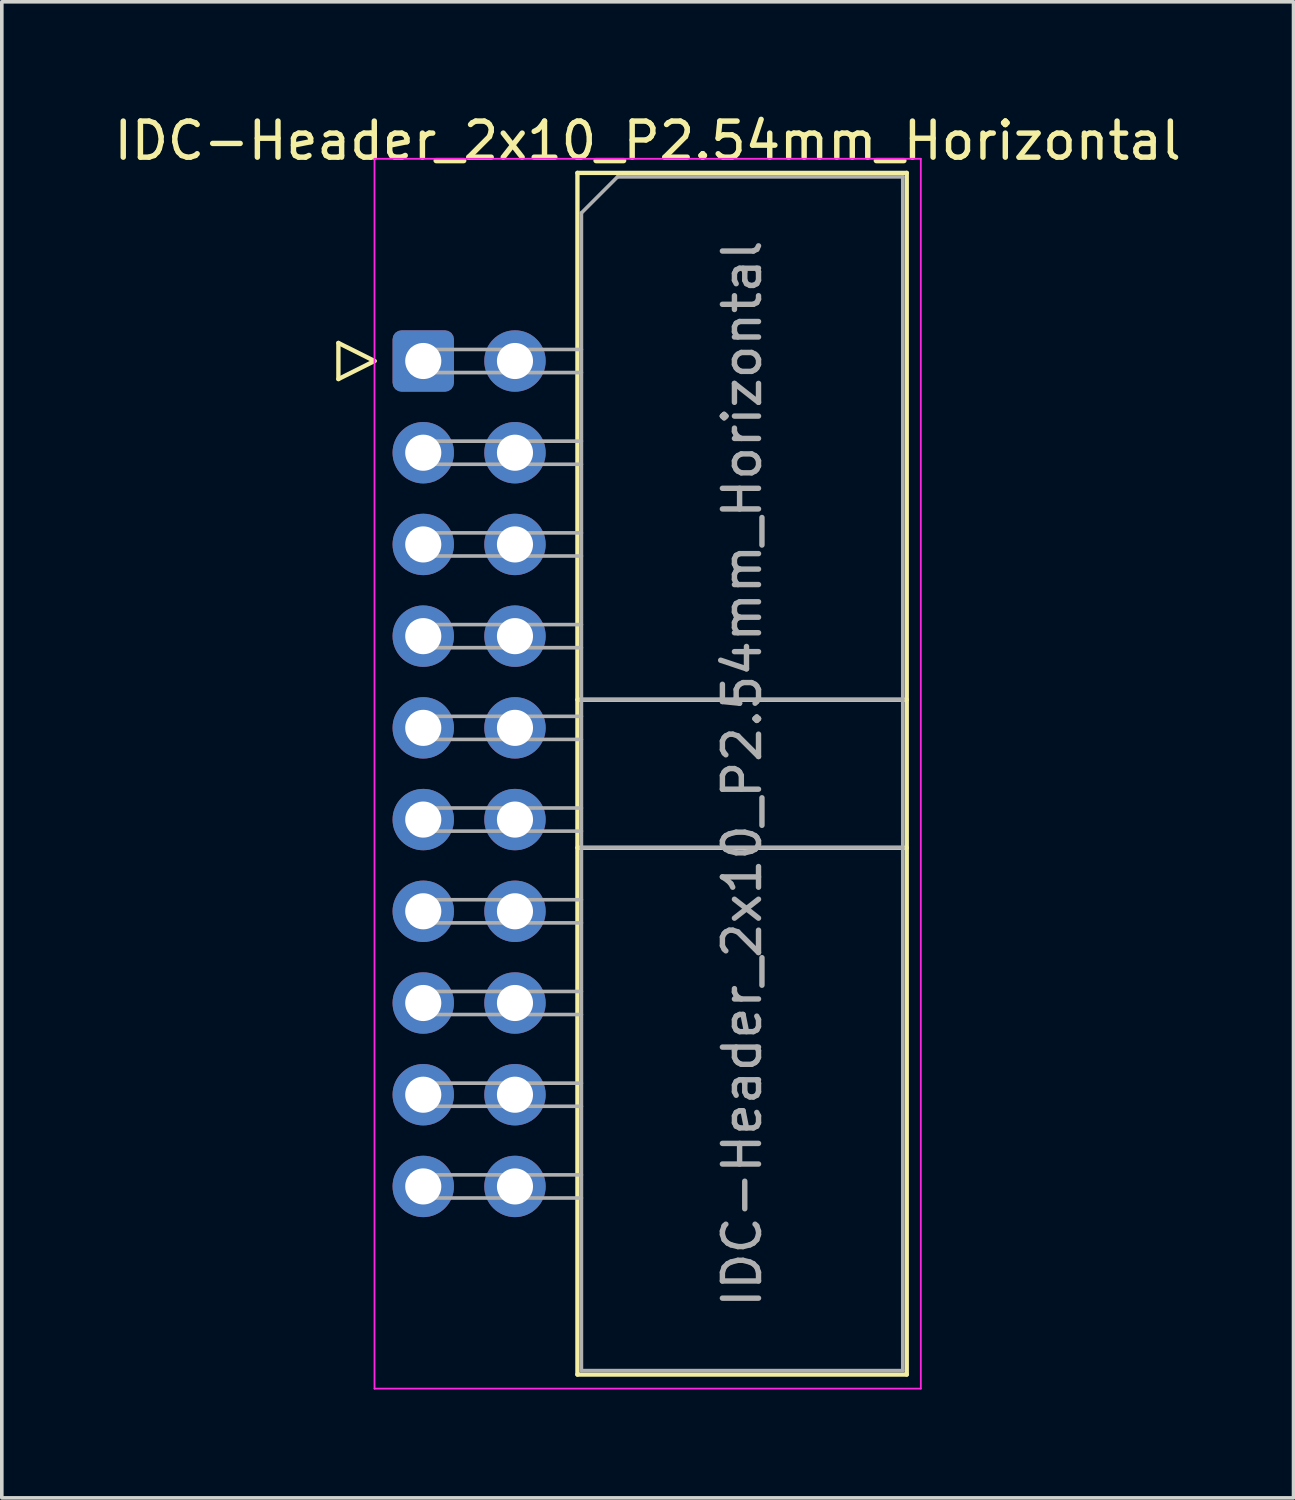
<source format=kicad_pcb>
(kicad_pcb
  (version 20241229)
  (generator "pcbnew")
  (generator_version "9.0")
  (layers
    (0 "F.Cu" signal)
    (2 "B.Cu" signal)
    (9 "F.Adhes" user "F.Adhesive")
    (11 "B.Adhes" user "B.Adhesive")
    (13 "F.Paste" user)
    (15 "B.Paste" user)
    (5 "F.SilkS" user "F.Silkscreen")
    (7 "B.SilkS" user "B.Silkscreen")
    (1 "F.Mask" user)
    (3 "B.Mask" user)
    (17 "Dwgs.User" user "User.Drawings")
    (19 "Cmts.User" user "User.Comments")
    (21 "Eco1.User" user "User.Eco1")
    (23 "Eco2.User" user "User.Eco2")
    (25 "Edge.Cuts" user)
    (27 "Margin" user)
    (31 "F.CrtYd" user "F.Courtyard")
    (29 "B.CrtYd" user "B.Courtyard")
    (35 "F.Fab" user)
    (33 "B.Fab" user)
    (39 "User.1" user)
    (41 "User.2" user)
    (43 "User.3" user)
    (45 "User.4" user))
  (footprint "IDC-Header_2x10_P2.54mm_Horizontal"
    (layer "F.Cu")
    (at 8.672 6.948)
    (property "Reference" "IDC-Header_2x10_P2.54mm_Horizontal" (at 6.215 -6.1 0) (layer "F.SilkS") (effects (font (size 1 1) (thickness 0.15))))
    (attr through_hole)
    (fp_line (start -2.35 -0.5) (end -2.35 0.5) (stroke (width 0.12) (type solid)) (layer "F.SilkS"))
    (fp_line (start -2.35 0.5) (end -1.35 0) (stroke (width 0.12) (type solid)) (layer "F.SilkS"))
    (fp_line (start -1.35 0) (end -2.35 -0.5) (stroke (width 0.12) (type solid)) (layer "F.SilkS"))
    (fp_line (start 4.27 -5.21) (end 13.39 -5.21) (stroke (width 0.12) (type solid)) (layer "F.SilkS"))
    (fp_line (start 4.27 9.38) (end 13.39 9.38) (stroke (width 0.12) (type solid)) (layer "F.SilkS"))
    (fp_line (start 4.27 13.48) (end 13.39 13.48) (stroke (width 0.12) (type solid)) (layer "F.SilkS"))
    (fp_line (start 4.27 28.07) (end 4.27 -5.21) (stroke (width 0.12) (type solid)) (layer "F.SilkS"))
    (fp_line (start 13.39 -5.21) (end 13.39 28.07) (stroke (width 0.12) (type solid)) (layer "F.SilkS"))
    (fp_line (start 13.39 28.07) (end 4.27 28.07) (stroke (width 0.12) (type solid)) (layer "F.SilkS"))
    (fp_line (start -1.35 -5.6) (end -1.35 28.46) (stroke (width 0.05) (type solid)) (layer "F.CrtYd"))
    (fp_line (start -1.35 28.46) (end 13.78 28.46) (stroke (width 0.05) (type solid)) (layer "F.CrtYd"))
    (fp_line (start 13.78 -5.6) (end -1.35 -5.6) (stroke (width 0.05) (type solid)) (layer "F.CrtYd"))
    (fp_line (start 13.78 28.46) (end 13.78 -5.6) (stroke (width 0.05) (type solid)) (layer "F.CrtYd"))
    (fp_line (start -0.32 -0.32) (end -0.32 0.32) (stroke (width 0.1) (type solid)) (layer "F.Fab"))
    (fp_line (start -0.32 0.32) (end 4.38 0.32) (stroke (width 0.1) (type solid)) (layer "F.Fab"))
    (fp_line (start -0.32 2.22) (end -0.32 2.86) (stroke (width 0.1) (type solid)) (layer "F.Fab"))
    (fp_line (start -0.32 2.86) (end 4.38 2.86) (stroke (width 0.1) (type solid)) (layer "F.Fab"))
    (fp_line (start -0.32 4.76) (end -0.32 5.4) (stroke (width 0.1) (type solid)) (layer "F.Fab"))
    (fp_line (start -0.32 5.4) (end 4.38 5.4) (stroke (width 0.1) (type solid)) (layer "F.Fab"))
    (fp_line (start -0.32 7.3) (end -0.32 7.94) (stroke (width 0.1) (type solid)) (layer "F.Fab"))
    (fp_line (start -0.32 7.94) (end 4.38 7.94) (stroke (width 0.1) (type solid)) (layer "F.Fab"))
    (fp_line (start -0.32 9.84) (end -0.32 10.48) (stroke (width 0.1) (type solid)) (layer "F.Fab"))
    (fp_line (start -0.32 10.48) (end 4.38 10.48) (stroke (width 0.1) (type solid)) (layer "F.Fab"))
    (fp_line (start -0.32 12.38) (end -0.32 13.02) (stroke (width 0.1) (type solid)) (layer "F.Fab"))
    (fp_line (start -0.32 13.02) (end 4.38 13.02) (stroke (width 0.1) (type solid)) (layer "F.Fab"))
    (fp_line (start -0.32 14.92) (end -0.32 15.56) (stroke (width 0.1) (type solid)) (layer "F.Fab"))
    (fp_line (start -0.32 15.56) (end 4.38 15.56) (stroke (width 0.1) (type solid)) (layer "F.Fab"))
    (fp_line (start -0.32 17.46) (end -0.32 18.1) (stroke (width 0.1) (type solid)) (layer "F.Fab"))
    (fp_line (start -0.32 18.1) (end 4.38 18.1) (stroke (width 0.1) (type solid)) (layer "F.Fab"))
    (fp_line (start -0.32 20) (end -0.32 20.64) (stroke (width 0.1) (type solid)) (layer "F.Fab"))
    (fp_line (start -0.32 20.64) (end 4.38 20.64) (stroke (width 0.1) (type solid)) (layer "F.Fab"))
    (fp_line (start -0.32 22.54) (end -0.32 23.18) (stroke (width 0.1) (type solid)) (layer "F.Fab"))
    (fp_line (start -0.32 23.18) (end 4.38 23.18) (stroke (width 0.1) (type solid)) (layer "F.Fab"))
    (fp_line (start 4.38 -4.1) (end 5.38 -5.1) (stroke (width 0.1) (type solid)) (layer "F.Fab"))
    (fp_line (start 4.38 -0.32) (end -0.32 -0.32) (stroke (width 0.1) (type solid)) (layer "F.Fab"))
    (fp_line (start 4.38 2.22) (end -0.32 2.22) (stroke (width 0.1) (type solid)) (layer "F.Fab"))
    (fp_line (start 4.38 4.76) (end -0.32 4.76) (stroke (width 0.1) (type solid)) (layer "F.Fab"))
    (fp_line (start 4.38 7.3) (end -0.32 7.3) (stroke (width 0.1) (type solid)) (layer "F.Fab"))
    (fp_line (start 4.38 9.38) (end 13.28 9.38) (stroke (width 0.1) (type solid)) (layer "F.Fab"))
    (fp_line (start 4.38 9.84) (end -0.32 9.84) (stroke (width 0.1) (type solid)) (layer "F.Fab"))
    (fp_line (start 4.38 12.38) (end -0.32 12.38) (stroke (width 0.1) (type solid)) (layer "F.Fab"))
    (fp_line (start 4.38 13.48) (end 13.28 13.48) (stroke (width 0.1) (type solid)) (layer "F.Fab"))
    (fp_line (start 4.38 14.92) (end -0.32 14.92) (stroke (width 0.1) (type solid)) (layer "F.Fab"))
    (fp_line (start 4.38 17.46) (end -0.32 17.46) (stroke (width 0.1) (type solid)) (layer "F.Fab"))
    (fp_line (start 4.38 20) (end -0.32 20) (stroke (width 0.1) (type solid)) (layer "F.Fab"))
    (fp_line (start 4.38 22.54) (end -0.32 22.54) (stroke (width 0.1) (type solid)) (layer "F.Fab"))
    (fp_line (start 4.38 27.96) (end 4.38 -4.1) (stroke (width 0.1) (type solid)) (layer "F.Fab"))
    (fp_line (start 5.38 -5.1) (end 13.28 -5.1) (stroke (width 0.1) (type solid)) (layer "F.Fab"))
    (fp_line (start 13.28 -5.1) (end 13.28 27.96) (stroke (width 0.1) (type solid)) (layer "F.Fab"))
    (fp_line (start 13.28 27.96) (end 4.38 27.96) (stroke (width 0.1) (type solid)) (layer "F.Fab"))
    (fp_text user "${REFERENCE}" (at 8.83 11.43 90) (layer "F.Fab") (effects (font (size 1 1) (thickness 0.15))))
    (pad "1" thru_hole roundrect (at 0 0) (size 1.7 1.7) (drill 1) (layers "*.Cu" "*.Mask") (roundrect_rratio 0.147))
    (pad "2" thru_hole circle (at 2.54 0) (size 1.7 1.7) (drill 1) (layers "*.Cu" "*.Mask"))
    (pad "3" thru_hole circle (at 0 2.54) (size 1.7 1.7) (drill 1) (layers "*.Cu" "*.Mask"))
    (pad "4" thru_hole circle (at 2.54 2.54) (size 1.7 1.7) (drill 1) (layers "*.Cu" "*.Mask"))
    (pad "5" thru_hole circle (at 0 5.08) (size 1.7 1.7) (drill 1) (layers "*.Cu" "*.Mask"))
    (pad "6" thru_hole circle (at 2.54 5.08) (size 1.7 1.7) (drill 1) (layers "*.Cu" "*.Mask"))
    (pad "7" thru_hole circle (at 0 7.62) (size 1.7 1.7) (drill 1) (layers "*.Cu" "*.Mask"))
    (pad "8" thru_hole circle (at 2.54 7.62) (size 1.7 1.7) (drill 1) (layers "*.Cu" "*.Mask"))
    (pad "9" thru_hole circle (at 0 10.16) (size 1.7 1.7) (drill 1) (layers "*.Cu" "*.Mask"))
    (pad "10" thru_hole circle (at 2.54 10.16) (size 1.7 1.7) (drill 1) (layers "*.Cu" "*.Mask"))
    (pad "11" thru_hole circle (at 0 12.7) (size 1.7 1.7) (drill 1) (layers "*.Cu" "*.Mask"))
    (pad "12" thru_hole circle (at 2.54 12.7) (size 1.7 1.7) (drill 1) (layers "*.Cu" "*.Mask"))
    (pad "13" thru_hole circle (at 0 15.24) (size 1.7 1.7) (drill 1) (layers "*.Cu" "*.Mask"))
    (pad "14" thru_hole circle (at 2.54 15.24) (size 1.7 1.7) (drill 1) (layers "*.Cu" "*.Mask"))
    (pad "15" thru_hole circle (at 0 17.78) (size 1.7 1.7) (drill 1) (layers "*.Cu" "*.Mask"))
    (pad "16" thru_hole circle (at 2.54 17.78) (size 1.7 1.7) (drill 1) (layers "*.Cu" "*.Mask"))
    (pad "17" thru_hole circle (at 0 20.32) (size 1.7 1.7) (drill 1) (layers "*.Cu" "*.Mask"))
    (pad "18" thru_hole circle (at 2.54 20.32) (size 1.7 1.7) (drill 1) (layers "*.Cu" "*.Mask"))
    (pad "19" thru_hole circle (at 0 22.86) (size 1.7 1.7) (drill 1) (layers "*.Cu" "*.Mask"))
    (pad "20" thru_hole circle (at 2.54 22.86) (size 1.7 1.7) (drill 1) (layers "*.Cu" "*.Mask")))
  (gr_rect
    (start -3 -3)
    (end 32.774 38.433)
    (stroke (width 0.1) (type default))
    (fill no)
    (layer "Edge.Cuts")))
</source>
